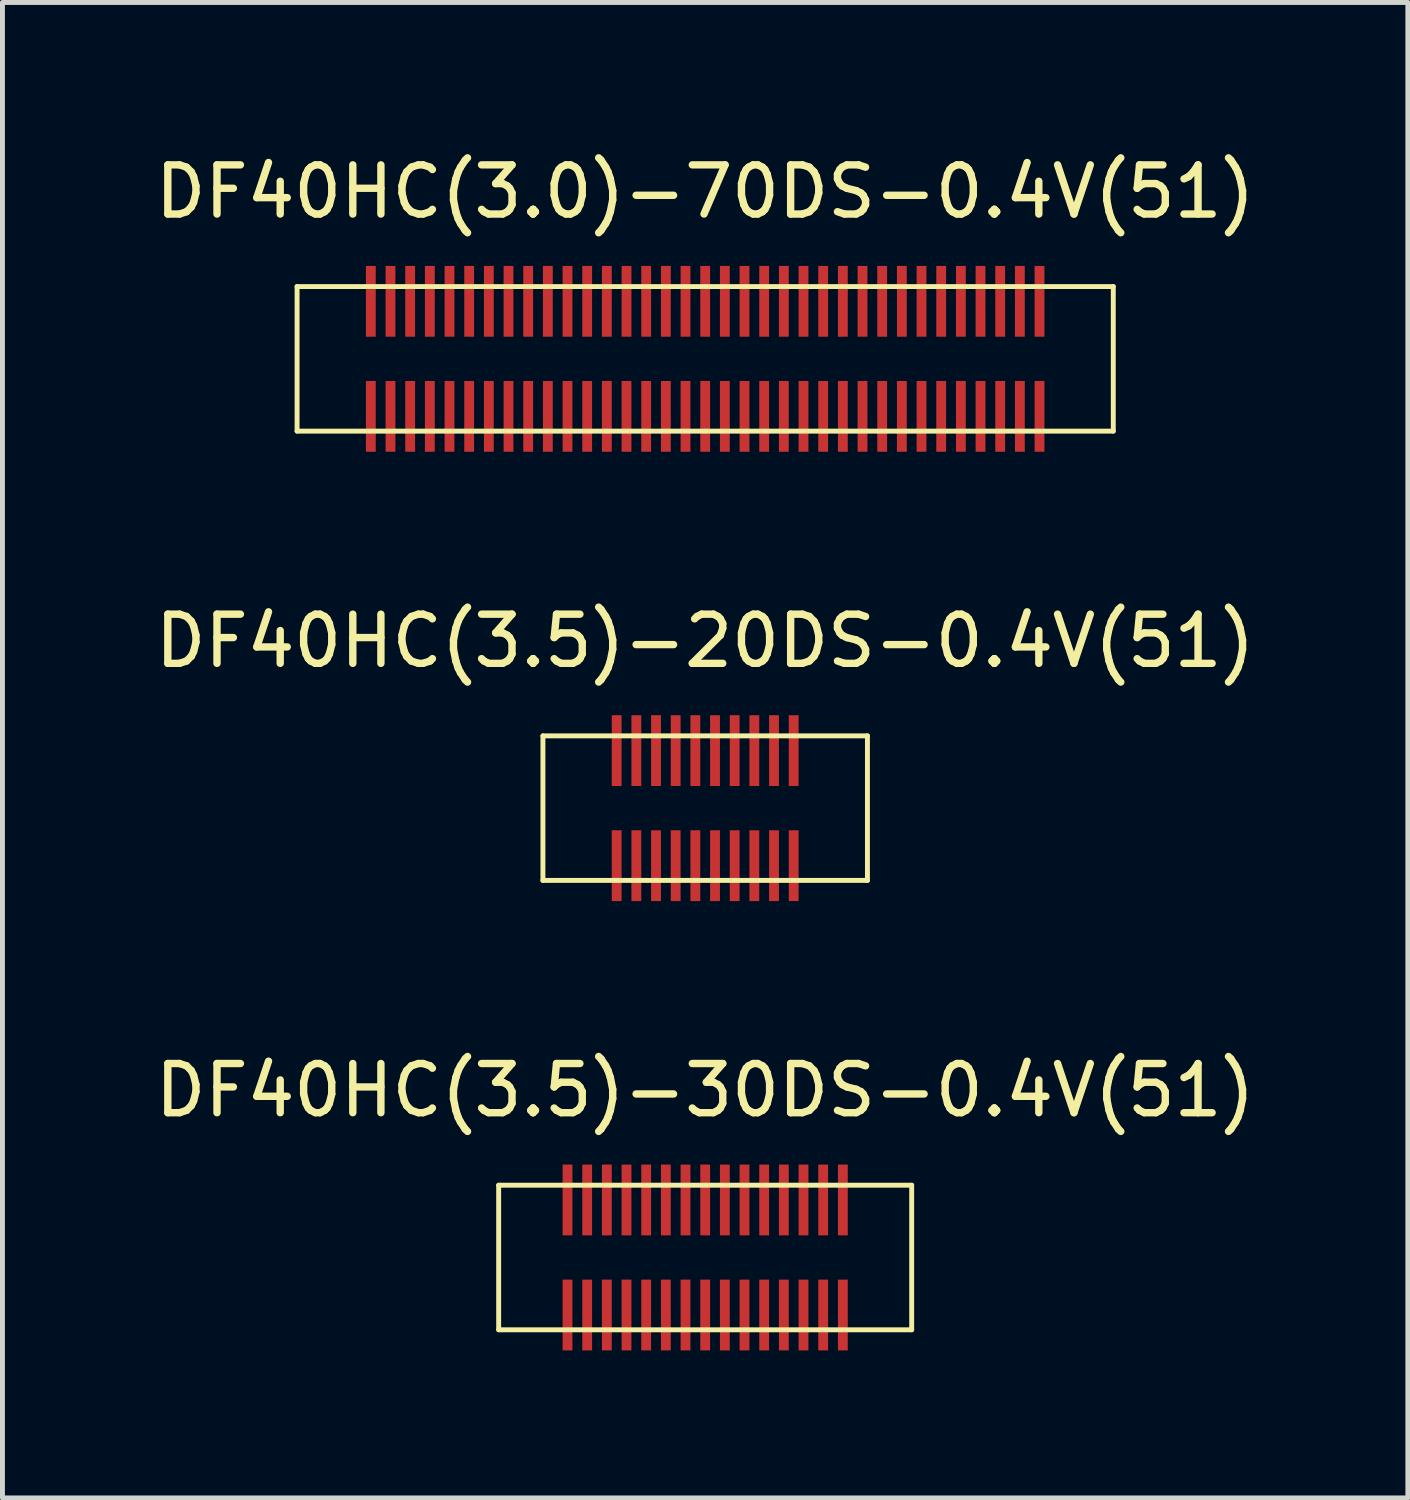
<source format=kicad_pcb>
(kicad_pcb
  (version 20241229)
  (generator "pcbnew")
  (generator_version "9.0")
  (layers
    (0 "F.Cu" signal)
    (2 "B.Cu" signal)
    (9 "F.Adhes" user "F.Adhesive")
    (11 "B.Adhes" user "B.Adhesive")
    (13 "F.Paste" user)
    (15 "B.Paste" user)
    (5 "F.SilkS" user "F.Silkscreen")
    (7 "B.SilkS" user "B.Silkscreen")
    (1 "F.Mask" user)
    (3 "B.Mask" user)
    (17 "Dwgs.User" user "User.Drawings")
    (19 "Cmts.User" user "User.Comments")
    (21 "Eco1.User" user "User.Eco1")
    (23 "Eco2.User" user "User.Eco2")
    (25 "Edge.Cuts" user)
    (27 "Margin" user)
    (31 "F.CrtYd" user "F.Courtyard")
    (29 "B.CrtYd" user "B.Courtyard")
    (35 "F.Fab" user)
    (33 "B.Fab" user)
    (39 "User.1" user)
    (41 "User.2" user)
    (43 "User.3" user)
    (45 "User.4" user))
  (footprint "DF40HC(3.5)-20DS-0.4V(51)"
    (layer "F.Cu")
    (at 11.292 13.386)
    (property "Reference" "DF40HC(3.5)-20DS-0.4V(51)" (at 0 -3.4 0) (layer "F.SilkS") (effects (font (size 1 1) (thickness 0.15))))
    (attr through_hole)
    (fp_line (start -3.3 -1.47) (end 3.3 -1.47) (stroke (width 0.1) (type solid)) (layer "F.SilkS"))
    (fp_line (start -3.3 1.47) (end -3.3 -1.47) (stroke (width 0.1) (type solid)) (layer "F.SilkS"))
    (fp_line (start 3.3 -1.47) (end 3.3 1.47) (stroke (width 0.1) (type solid)) (layer "F.SilkS"))
    (fp_line (start 3.3 1.47) (end -3.3 1.47) (stroke (width 0.1) (type solid)) (layer "F.SilkS"))
    (pad "1" smd rect (at -1.8 -1.17) (size 0.2 1.44) (layers "F.Cu" "F.Mask" "F.Paste"))
    (pad "2" smd rect (at -1.8 1.17) (size 0.2 1.44) (layers "F.Cu" "F.Mask" "F.Paste"))
    (pad "3" smd rect (at -1.4 -1.17) (size 0.2 1.44) (layers "F.Cu" "F.Mask" "F.Paste"))
    (pad "4" smd rect (at -1.4 1.17) (size 0.2 1.44) (layers "F.Cu" "F.Mask" "F.Paste"))
    (pad "5" smd rect (at -1 -1.17) (size 0.2 1.44) (layers "F.Cu" "F.Mask" "F.Paste"))
    (pad "6" smd rect (at -1 1.17) (size 0.2 1.44) (layers "F.Cu" "F.Mask" "F.Paste"))
    (pad "7" smd rect (at -0.6 -1.17) (size 0.2 1.44) (layers "F.Cu" "F.Mask" "F.Paste"))
    (pad "8" smd rect (at -0.6 1.17) (size 0.2 1.44) (layers "F.Cu" "F.Mask" "F.Paste"))
    (pad "9" smd rect (at -0.2 -1.17) (size 0.2 1.44) (layers "F.Cu" "F.Mask" "F.Paste"))
    (pad "10" smd rect (at -0.2 1.17) (size 0.2 1.44) (layers "F.Cu" "F.Mask" "F.Paste"))
    (pad "11" smd rect (at 0.2 -1.17) (size 0.2 1.44) (layers "F.Cu" "F.Mask" "F.Paste"))
    (pad "12" smd rect (at 0.2 1.17) (size 0.2 1.44) (layers "F.Cu" "F.Mask" "F.Paste"))
    (pad "13" smd rect (at 0.6 -1.17) (size 0.2 1.44) (layers "F.Cu" "F.Mask" "F.Paste"))
    (pad "14" smd rect (at 0.6 1.17) (size 0.2 1.44) (layers "F.Cu" "F.Mask" "F.Paste"))
    (pad "15" smd rect (at 1 -1.17) (size 0.2 1.44) (layers "F.Cu" "F.Mask" "F.Paste"))
    (pad "16" smd rect (at 1 1.17) (size 0.2 1.44) (layers "F.Cu" "F.Mask" "F.Paste"))
    (pad "17" smd rect (at 1.4 -1.17) (size 0.2 1.44) (layers "F.Cu" "F.Mask" "F.Paste"))
    (pad "18" smd rect (at 1.4 1.17) (size 0.2 1.44) (layers "F.Cu" "F.Mask" "F.Paste"))
    (pad "19" smd rect (at 1.8 -1.17) (size 0.2 1.44) (layers "F.Cu" "F.Mask" "F.Paste"))
    (pad "20" smd rect (at 1.8 1.17) (size 0.2 1.44) (layers "F.Cu" "F.Mask" "F.Paste")))
  (footprint "DF40HC(3.0)-70DS-0.4V(51)"
    (layer "F.Cu")
    (at 11.292 4.248)
    (property "Reference" "DF40HC(3.0)-70DS-0.4V(51)" (at 0 -3.4 0) (layer "F.SilkS") (effects (font (size 1 1) (thickness 0.15))))
    (attr through_hole)
    (fp_line (start -8.3 -1.47) (end 8.3 -1.47) (stroke (width 0.1) (type solid)) (layer "F.SilkS"))
    (fp_line (start -8.3 1.47) (end -8.3 -1.47) (stroke (width 0.1) (type solid)) (layer "F.SilkS"))
    (fp_line (start 8.3 -1.47) (end 8.3 1.47) (stroke (width 0.1) (type solid)) (layer "F.SilkS"))
    (fp_line (start 8.3 1.47) (end -8.3 1.47) (stroke (width 0.1) (type solid)) (layer "F.SilkS"))
    (pad "1" smd rect (at -6.8 -1.17) (size 0.2 1.44) (layers "F.Cu" "F.Mask" "F.Paste"))
    (pad "2" smd rect (at -6.8 1.17) (size 0.2 1.44) (layers "F.Cu" "F.Mask" "F.Paste"))
    (pad "3" smd rect (at -6.4 -1.17) (size 0.2 1.44) (layers "F.Cu" "F.Mask" "F.Paste"))
    (pad "4" smd rect (at -6.4 1.17) (size 0.2 1.44) (layers "F.Cu" "F.Mask" "F.Paste"))
    (pad "5" smd rect (at -6 -1.17) (size 0.2 1.44) (layers "F.Cu" "F.Mask" "F.Paste"))
    (pad "6" smd rect (at -6 1.17) (size 0.2 1.44) (layers "F.Cu" "F.Mask" "F.Paste"))
    (pad "7" smd rect (at -5.6 -1.17) (size 0.2 1.44) (layers "F.Cu" "F.Mask" "F.Paste"))
    (pad "8" smd rect (at -5.6 1.17) (size 0.2 1.44) (layers "F.Cu" "F.Mask" "F.Paste"))
    (pad "9" smd rect (at -5.2 -1.17) (size 0.2 1.44) (layers "F.Cu" "F.Mask" "F.Paste"))
    (pad "10" smd rect (at -5.2 1.17) (size 0.2 1.44) (layers "F.Cu" "F.Mask" "F.Paste"))
    (pad "11" smd rect (at -4.8 -1.17) (size 0.2 1.44) (layers "F.Cu" "F.Mask" "F.Paste"))
    (pad "12" smd rect (at -4.8 1.17) (size 0.2 1.44) (layers "F.Cu" "F.Mask" "F.Paste"))
    (pad "13" smd rect (at -4.4 -1.17) (size 0.2 1.44) (layers "F.Cu" "F.Mask" "F.Paste"))
    (pad "14" smd rect (at -4.4 1.17) (size 0.2 1.44) (layers "F.Cu" "F.Mask" "F.Paste"))
    (pad "15" smd rect (at -4 -1.17) (size 0.2 1.44) (layers "F.Cu" "F.Mask" "F.Paste"))
    (pad "16" smd rect (at -4 1.17) (size 0.2 1.44) (layers "F.Cu" "F.Mask" "F.Paste"))
    (pad "17" smd rect (at -3.6 -1.17) (size 0.2 1.44) (layers "F.Cu" "F.Mask" "F.Paste"))
    (pad "18" smd rect (at -3.6 1.17) (size 0.2 1.44) (layers "F.Cu" "F.Mask" "F.Paste"))
    (pad "19" smd rect (at -3.2 -1.17) (size 0.2 1.44) (layers "F.Cu" "F.Mask" "F.Paste"))
    (pad "20" smd rect (at -3.2 1.17) (size 0.2 1.44) (layers "F.Cu" "F.Mask" "F.Paste"))
    (pad "21" smd rect (at -2.8 -1.17) (size 0.2 1.44) (layers "F.Cu" "F.Mask" "F.Paste"))
    (pad "22" smd rect (at -2.8 1.17) (size 0.2 1.44) (layers "F.Cu" "F.Mask" "F.Paste"))
    (pad "23" smd rect (at -2.4 -1.17) (size 0.2 1.44) (layers "F.Cu" "F.Mask" "F.Paste"))
    (pad "24" smd rect (at -2.4 1.17) (size 0.2 1.44) (layers "F.Cu" "F.Mask" "F.Paste"))
    (pad "25" smd rect (at -2 -1.17) (size 0.2 1.44) (layers "F.Cu" "F.Mask" "F.Paste"))
    (pad "26" smd rect (at -2 1.17) (size 0.2 1.44) (layers "F.Cu" "F.Mask" "F.Paste"))
    (pad "27" smd rect (at -1.6 -1.17) (size 0.2 1.44) (layers "F.Cu" "F.Mask" "F.Paste"))
    (pad "28" smd rect (at -1.6 1.17) (size 0.2 1.44) (layers "F.Cu" "F.Mask" "F.Paste"))
    (pad "29" smd rect (at -1.2 -1.17) (size 0.2 1.44) (layers "F.Cu" "F.Mask" "F.Paste"))
    (pad "30" smd rect (at -1.2 1.17) (size 0.2 1.44) (layers "F.Cu" "F.Mask" "F.Paste"))
    (pad "31" smd rect (at -0.8 -1.17) (size 0.2 1.44) (layers "F.Cu" "F.Mask" "F.Paste"))
    (pad "32" smd rect (at -0.8 1.17) (size 0.2 1.44) (layers "F.Cu" "F.Mask" "F.Paste"))
    (pad "33" smd rect (at -0.4 -1.17) (size 0.2 1.44) (layers "F.Cu" "F.Mask" "F.Paste"))
    (pad "34" smd rect (at -0.4 1.17) (size 0.2 1.44) (layers "F.Cu" "F.Mask" "F.Paste"))
    (pad "35" smd rect (at 0 -1.17) (size 0.2 1.44) (layers "F.Cu" "F.Mask" "F.Paste"))
    (pad "36" smd rect (at 0 1.17) (size 0.2 1.44) (layers "F.Cu" "F.Mask" "F.Paste"))
    (pad "37" smd rect (at 0.4 -1.17) (size 0.2 1.44) (layers "F.Cu" "F.Mask" "F.Paste"))
    (pad "38" smd rect (at 0.4 1.17) (size 0.2 1.44) (layers "F.Cu" "F.Mask" "F.Paste"))
    (pad "39" smd rect (at 0.8 -1.17) (size 0.2 1.44) (layers "F.Cu" "F.Mask" "F.Paste"))
    (pad "40" smd rect (at 0.8 1.17) (size 0.2 1.44) (layers "F.Cu" "F.Mask" "F.Paste"))
    (pad "41" smd rect (at 1.2 -1.17) (size 0.2 1.44) (layers "F.Cu" "F.Mask" "F.Paste"))
    (pad "42" smd rect (at 1.2 1.17) (size 0.2 1.44) (layers "F.Cu" "F.Mask" "F.Paste"))
    (pad "43" smd rect (at 1.6 -1.17) (size 0.2 1.44) (layers "F.Cu" "F.Mask" "F.Paste"))
    (pad "44" smd rect (at 1.6 1.17) (size 0.2 1.44) (layers "F.Cu" "F.Mask" "F.Paste"))
    (pad "45" smd rect (at 2 -1.17) (size 0.2 1.44) (layers "F.Cu" "F.Mask" "F.Paste"))
    (pad "46" smd rect (at 2 1.17) (size 0.2 1.44) (layers "F.Cu" "F.Mask" "F.Paste"))
    (pad "47" smd rect (at 2.4 -1.17) (size 0.2 1.44) (layers "F.Cu" "F.Mask" "F.Paste"))
    (pad "48" smd rect (at 2.4 1.17) (size 0.2 1.44) (layers "F.Cu" "F.Mask" "F.Paste"))
    (pad "49" smd rect (at 2.8 -1.17) (size 0.2 1.44) (layers "F.Cu" "F.Mask" "F.Paste"))
    (pad "50" smd rect (at 2.8 1.17) (size 0.2 1.44) (layers "F.Cu" "F.Mask" "F.Paste"))
    (pad "51" smd rect (at 3.2 -1.17) (size 0.2 1.44) (layers "F.Cu" "F.Mask" "F.Paste"))
    (pad "52" smd rect (at 3.2 1.17) (size 0.2 1.44) (layers "F.Cu" "F.Mask" "F.Paste"))
    (pad "53" smd rect (at 3.6 -1.17) (size 0.2 1.44) (layers "F.Cu" "F.Mask" "F.Paste"))
    (pad "54" smd rect (at 3.6 1.17) (size 0.2 1.44) (layers "F.Cu" "F.Mask" "F.Paste"))
    (pad "55" smd rect (at 4 -1.17) (size 0.2 1.44) (layers "F.Cu" "F.Mask" "F.Paste"))
    (pad "56" smd rect (at 4 1.17) (size 0.2 1.44) (layers "F.Cu" "F.Mask" "F.Paste"))
    (pad "57" smd rect (at 4.4 -1.17) (size 0.2 1.44) (layers "F.Cu" "F.Mask" "F.Paste"))
    (pad "58" smd rect (at 4.4 1.17) (size 0.2 1.44) (layers "F.Cu" "F.Mask" "F.Paste"))
    (pad "59" smd rect (at 4.8 -1.17) (size 0.2 1.44) (layers "F.Cu" "F.Mask" "F.Paste"))
    (pad "60" smd rect (at 4.8 1.17) (size 0.2 1.44) (layers "F.Cu" "F.Mask" "F.Paste"))
    (pad "61" smd rect (at 5.2 -1.17) (size 0.2 1.44) (layers "F.Cu" "F.Mask" "F.Paste"))
    (pad "62" smd rect (at 5.2 1.17) (size 0.2 1.44) (layers "F.Cu" "F.Mask" "F.Paste"))
    (pad "63" smd rect (at 5.6 -1.17) (size 0.2 1.44) (layers "F.Cu" "F.Mask" "F.Paste"))
    (pad "64" smd rect (at 5.6 1.17) (size 0.2 1.44) (layers "F.Cu" "F.Mask" "F.Paste"))
    (pad "65" smd rect (at 6 -1.17) (size 0.2 1.44) (layers "F.Cu" "F.Mask" "F.Paste"))
    (pad "66" smd rect (at 6 1.17) (size 0.2 1.44) (layers "F.Cu" "F.Mask" "F.Paste"))
    (pad "67" smd rect (at 6.4 -1.17) (size 0.2 1.44) (layers "F.Cu" "F.Mask" "F.Paste"))
    (pad "68" smd rect (at 6.4 1.17) (size 0.2 1.44) (layers "F.Cu" "F.Mask" "F.Paste"))
    (pad "69" smd rect (at 6.8 -1.17) (size 0.2 1.44) (layers "F.Cu" "F.Mask" "F.Paste"))
    (pad "70" smd rect (at 6.8 1.17) (size 0.2 1.44) (layers "F.Cu" "F.Mask" "F.Paste")))
  (footprint "DF40HC(3.5)-30DS-0.4V(51)"
    (layer "F.Cu")
    (at 11.292 22.525)
    (property "Reference" "DF40HC(3.5)-30DS-0.4V(51)" (at 0 -3.4 0) (layer "F.SilkS") (effects (font (size 1 1) (thickness 0.15))))
    (attr through_hole)
    (fp_line (start -4.2 -1.47) (end 4.2 -1.47) (stroke (width 0.1) (type solid)) (layer "F.SilkS"))
    (fp_line (start -4.2 1.47) (end -4.2 -1.47) (stroke (width 0.1) (type solid)) (layer "F.SilkS"))
    (fp_line (start 4.2 -1.47) (end 4.2 1.47) (stroke (width 0.1) (type solid)) (layer "F.SilkS"))
    (fp_line (start 4.2 1.47) (end -4.2 1.47) (stroke (width 0.1) (type solid)) (layer "F.SilkS"))
    (pad "1" smd rect (at -2.8 -1.17) (size 0.2 1.44) (layers "F.Cu" "F.Mask" "F.Paste"))
    (pad "2" smd rect (at -2.8 1.17) (size 0.2 1.44) (layers "F.Cu" "F.Mask" "F.Paste"))
    (pad "3" smd rect (at -2.4 -1.17) (size 0.2 1.44) (layers "F.Cu" "F.Mask" "F.Paste"))
    (pad "4" smd rect (at -2.4 1.17) (size 0.2 1.44) (layers "F.Cu" "F.Mask" "F.Paste"))
    (pad "5" smd rect (at -2 -1.17) (size 0.2 1.44) (layers "F.Cu" "F.Mask" "F.Paste"))
    (pad "6" smd rect (at -2 1.17) (size 0.2 1.44) (layers "F.Cu" "F.Mask" "F.Paste"))
    (pad "7" smd rect (at -1.6 -1.17) (size 0.2 1.44) (layers "F.Cu" "F.Mask" "F.Paste"))
    (pad "8" smd rect (at -1.6 1.17) (size 0.2 1.44) (layers "F.Cu" "F.Mask" "F.Paste"))
    (pad "9" smd rect (at -1.2 -1.17) (size 0.2 1.44) (layers "F.Cu" "F.Mask" "F.Paste"))
    (pad "10" smd rect (at -1.2 1.17) (size 0.2 1.44) (layers "F.Cu" "F.Mask" "F.Paste"))
    (pad "11" smd rect (at -0.8 -1.17) (size 0.2 1.44) (layers "F.Cu" "F.Mask" "F.Paste"))
    (pad "12" smd rect (at -0.8 1.17) (size 0.2 1.44) (layers "F.Cu" "F.Mask" "F.Paste"))
    (pad "13" smd rect (at -0.4 -1.17) (size 0.2 1.44) (layers "F.Cu" "F.Mask" "F.Paste"))
    (pad "14" smd rect (at -0.4 1.17) (size 0.2 1.44) (layers "F.Cu" "F.Mask" "F.Paste"))
    (pad "15" smd rect (at 0 -1.17) (size 0.2 1.44) (layers "F.Cu" "F.Mask" "F.Paste"))
    (pad "16" smd rect (at 0 1.17) (size 0.2 1.44) (layers "F.Cu" "F.Mask" "F.Paste"))
    (pad "17" smd rect (at 0.4 -1.17) (size 0.2 1.44) (layers "F.Cu" "F.Mask" "F.Paste"))
    (pad "18" smd rect (at 0.4 1.17) (size 0.2 1.44) (layers "F.Cu" "F.Mask" "F.Paste"))
    (pad "19" smd rect (at 0.8 -1.17) (size 0.2 1.44) (layers "F.Cu" "F.Mask" "F.Paste"))
    (pad "20" smd rect (at 0.8 1.17) (size 0.2 1.44) (layers "F.Cu" "F.Mask" "F.Paste"))
    (pad "21" smd rect (at 1.2 -1.17) (size 0.2 1.44) (layers "F.Cu" "F.Mask" "F.Paste"))
    (pad "22" smd rect (at 1.2 1.17) (size 0.2 1.44) (layers "F.Cu" "F.Mask" "F.Paste"))
    (pad "23" smd rect (at 1.6 -1.17) (size 0.2 1.44) (layers "F.Cu" "F.Mask" "F.Paste"))
    (pad "24" smd rect (at 1.6 1.17) (size 0.2 1.44) (layers "F.Cu" "F.Mask" "F.Paste"))
    (pad "25" smd rect (at 2 -1.17) (size 0.2 1.44) (layers "F.Cu" "F.Mask" "F.Paste"))
    (pad "26" smd rect (at 2 1.17) (size 0.2 1.44) (layers "F.Cu" "F.Mask" "F.Paste"))
    (pad "27" smd rect (at 2.4 -1.17) (size 0.2 1.44) (layers "F.Cu" "F.Mask" "F.Paste"))
    (pad "28" smd rect (at 2.4 1.17) (size 0.2 1.44) (layers "F.Cu" "F.Mask" "F.Paste"))
    (pad "29" smd rect (at 2.8 -1.17) (size 0.2 1.44) (layers "F.Cu" "F.Mask" "F.Paste"))
    (pad "30" smd rect (at 2.8 1.17) (size 0.2 1.44) (layers "F.Cu" "F.Mask" "F.Paste")))
  (gr_rect
    (start -3 -3)
    (end 25.583 27.415)
    (stroke (width 0.1) (type default))
    (fill no)
    (layer "Edge.Cuts")))
</source>
